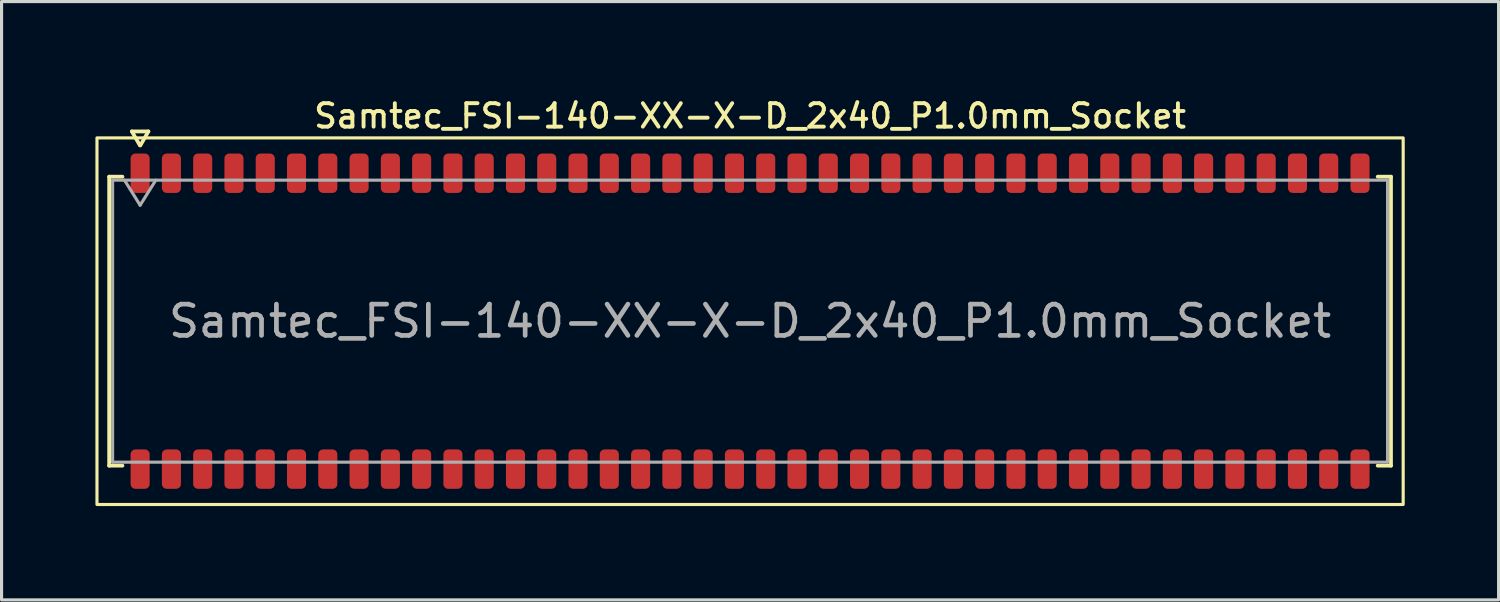
<source format=kicad_pcb>
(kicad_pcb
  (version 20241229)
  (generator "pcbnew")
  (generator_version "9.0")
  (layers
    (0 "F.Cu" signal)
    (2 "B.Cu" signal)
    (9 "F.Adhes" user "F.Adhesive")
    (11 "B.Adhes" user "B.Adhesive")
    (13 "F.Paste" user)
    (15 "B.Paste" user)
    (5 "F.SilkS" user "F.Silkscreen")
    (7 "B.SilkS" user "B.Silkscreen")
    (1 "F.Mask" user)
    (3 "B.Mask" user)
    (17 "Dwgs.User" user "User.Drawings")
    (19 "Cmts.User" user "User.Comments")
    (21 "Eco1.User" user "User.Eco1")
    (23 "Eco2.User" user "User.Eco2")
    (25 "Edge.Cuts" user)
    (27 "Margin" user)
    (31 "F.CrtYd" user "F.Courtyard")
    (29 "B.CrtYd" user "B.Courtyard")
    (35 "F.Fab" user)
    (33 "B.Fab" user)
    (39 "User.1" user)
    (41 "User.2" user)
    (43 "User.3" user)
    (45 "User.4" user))
  (footprint "Samtec_FSI-140-XX-X-D_2x40_P1.0mm_Socket"
    (layer "F.Cu")
    (at 20.93 7.218)
    (property "Reference" "Samtec_FSI-140-XX-X-D_2x40_P1.0mm_Socket" (at 0 -6.56 0) (layer "F.SilkS") (effects (font (size 0.75 0.75) (thickness 0.125))))
    (attr smd)
    (fp_line (start -20.49 -4.619) (end -20.065 -4.619) (stroke (width 0.12) (type solid)) (layer "F.SilkS"))
    (fp_line (start -20.49 4.619) (end -20.49 -4.619) (stroke (width 0.12) (type solid)) (layer "F.SilkS"))
    (fp_line (start -20.065 4.619) (end -20.49 4.619) (stroke (width 0.12) (type solid)) (layer "F.SilkS"))
    (fp_line (start -19.764 -6.066) (end -19.507 -5.62) (stroke (width 0.12) (type solid)) (layer "F.SilkS"))
    (fp_line (start -19.493 -5.62) (end -19.236 -6.066) (stroke (width 0.12) (type solid)) (layer "F.SilkS"))
    (fp_line (start -19.236 -6.066) (end -19.764 -6.066) (stroke (width 0.12) (type solid)) (layer "F.SilkS"))
    (fp_line (start 20.065 -4.619) (end 20.49 -4.619) (stroke (width 0.12) (type solid)) (layer "F.SilkS"))
    (fp_line (start 20.49 -4.619) (end 20.49 4.619) (stroke (width 0.12) (type solid)) (layer "F.SilkS"))
    (fp_line (start 20.49 4.619) (end 20.065 4.619) (stroke (width 0.12) (type solid)) (layer "F.SilkS"))
    (fp_rect (start -20.88 -5.86) (end 20.88 5.86) (stroke (width 0.1) (type solid)) (fill no) (layer "F.SilkS"))
    (fp_line (start -20.38 -4.508) (end 20.38 -4.508) (stroke (width 0.1) (type solid)) (layer "F.Fab"))
    (fp_line (start -20.38 4.508) (end -20.38 -4.508) (stroke (width 0.1) (type solid)) (layer "F.Fab"))
    (fp_line (start -20 -4.508) (end -19.5 -3.708) (stroke (width 0.1) (type solid)) (layer "F.Fab"))
    (fp_line (start -19.5 -3.708) (end -19 -4.508) (stroke (width 0.1) (type solid)) (layer "F.Fab"))
    (fp_line (start 20.38 -4.508) (end 20.38 4.508) (stroke (width 0.1) (type solid)) (layer "F.Fab"))
    (fp_line (start 20.38 4.508) (end -20.38 4.508) (stroke (width 0.1) (type solid)) (layer "F.Fab"))
    (fp_text user "${REFERENCE}" (at 0 0 0) (layer "F.Fab") (effects (font (size 1 1) (thickness 0.15))))
    (pad "1" smd roundrect (at -19.5 -4.73) (size 0.61 1.26) (layers "F.Cu" "F.Mask" "F.Paste") (roundrect_rratio 0.25))
    (pad "2" smd roundrect (at -19.5 4.73) (size 0.61 1.26) (layers "F.Cu" "F.Mask" "F.Paste") (roundrect_rratio 0.25))
    (pad "3" smd roundrect (at -18.5 -4.73) (size 0.61 1.26) (layers "F.Cu" "F.Mask" "F.Paste") (roundrect_rratio 0.25))
    (pad "4" smd roundrect (at -18.5 4.73) (size 0.61 1.26) (layers "F.Cu" "F.Mask" "F.Paste") (roundrect_rratio 0.25))
    (pad "5" smd roundrect (at -17.5 -4.73) (size 0.61 1.26) (layers "F.Cu" "F.Mask" "F.Paste") (roundrect_rratio 0.25))
    (pad "6" smd roundrect (at -17.5 4.73) (size 0.61 1.26) (layers "F.Cu" "F.Mask" "F.Paste") (roundrect_rratio 0.25))
    (pad "7" smd roundrect (at -16.5 -4.73) (size 0.61 1.26) (layers "F.Cu" "F.Mask" "F.Paste") (roundrect_rratio 0.25))
    (pad "8" smd roundrect (at -16.5 4.73) (size 0.61 1.26) (layers "F.Cu" "F.Mask" "F.Paste") (roundrect_rratio 0.25))
    (pad "9" smd roundrect (at -15.5 -4.73) (size 0.61 1.26) (layers "F.Cu" "F.Mask" "F.Paste") (roundrect_rratio 0.25))
    (pad "10" smd roundrect (at -15.5 4.73) (size 0.61 1.26) (layers "F.Cu" "F.Mask" "F.Paste") (roundrect_rratio 0.25))
    (pad "11" smd roundrect (at -14.5 -4.73) (size 0.61 1.26) (layers "F.Cu" "F.Mask" "F.Paste") (roundrect_rratio 0.25))
    (pad "12" smd roundrect (at -14.5 4.73) (size 0.61 1.26) (layers "F.Cu" "F.Mask" "F.Paste") (roundrect_rratio 0.25))
    (pad "13" smd roundrect (at -13.5 -4.73) (size 0.61 1.26) (layers "F.Cu" "F.Mask" "F.Paste") (roundrect_rratio 0.25))
    (pad "14" smd roundrect (at -13.5 4.73) (size 0.61 1.26) (layers "F.Cu" "F.Mask" "F.Paste") (roundrect_rratio 0.25))
    (pad "15" smd roundrect (at -12.5 -4.73) (size 0.61 1.26) (layers "F.Cu" "F.Mask" "F.Paste") (roundrect_rratio 0.25))
    (pad "16" smd roundrect (at -12.5 4.73) (size 0.61 1.26) (layers "F.Cu" "F.Mask" "F.Paste") (roundrect_rratio 0.25))
    (pad "17" smd roundrect (at -11.5 -4.73) (size 0.61 1.26) (layers "F.Cu" "F.Mask" "F.Paste") (roundrect_rratio 0.25))
    (pad "18" smd roundrect (at -11.5 4.73) (size 0.61 1.26) (layers "F.Cu" "F.Mask" "F.Paste") (roundrect_rratio 0.25))
    (pad "19" smd roundrect (at -10.5 -4.73) (size 0.61 1.26) (layers "F.Cu" "F.Mask" "F.Paste") (roundrect_rratio 0.25))
    (pad "20" smd roundrect (at -10.5 4.73) (size 0.61 1.26) (layers "F.Cu" "F.Mask" "F.Paste") (roundrect_rratio 0.25))
    (pad "21" smd roundrect (at -9.5 -4.73) (size 0.61 1.26) (layers "F.Cu" "F.Mask" "F.Paste") (roundrect_rratio 0.25))
    (pad "22" smd roundrect (at -9.5 4.73) (size 0.61 1.26) (layers "F.Cu" "F.Mask" "F.Paste") (roundrect_rratio 0.25))
    (pad "23" smd roundrect (at -8.5 -4.73) (size 0.61 1.26) (layers "F.Cu" "F.Mask" "F.Paste") (roundrect_rratio 0.25))
    (pad "24" smd roundrect (at -8.5 4.73) (size 0.61 1.26) (layers "F.Cu" "F.Mask" "F.Paste") (roundrect_rratio 0.25))
    (pad "25" smd roundrect (at -7.5 -4.73) (size 0.61 1.26) (layers "F.Cu" "F.Mask" "F.Paste") (roundrect_rratio 0.25))
    (pad "26" smd roundrect (at -7.5 4.73) (size 0.61 1.26) (layers "F.Cu" "F.Mask" "F.Paste") (roundrect_rratio 0.25))
    (pad "27" smd roundrect (at -6.5 -4.73) (size 0.61 1.26) (layers "F.Cu" "F.Mask" "F.Paste") (roundrect_rratio 0.25))
    (pad "28" smd roundrect (at -6.5 4.73) (size 0.61 1.26) (layers "F.Cu" "F.Mask" "F.Paste") (roundrect_rratio 0.25))
    (pad "29" smd roundrect (at -5.5 -4.73) (size 0.61 1.26) (layers "F.Cu" "F.Mask" "F.Paste") (roundrect_rratio 0.25))
    (pad "30" smd roundrect (at -5.5 4.73) (size 0.61 1.26) (layers "F.Cu" "F.Mask" "F.Paste") (roundrect_rratio 0.25))
    (pad "31" smd roundrect (at -4.5 -4.73) (size 0.61 1.26) (layers "F.Cu" "F.Mask" "F.Paste") (roundrect_rratio 0.25))
    (pad "32" smd roundrect (at -4.5 4.73) (size 0.61 1.26) (layers "F.Cu" "F.Mask" "F.Paste") (roundrect_rratio 0.25))
    (pad "33" smd roundrect (at -3.5 -4.73) (size 0.61 1.26) (layers "F.Cu" "F.Mask" "F.Paste") (roundrect_rratio 0.25))
    (pad "34" smd roundrect (at -3.5 4.73) (size 0.61 1.26) (layers "F.Cu" "F.Mask" "F.Paste") (roundrect_rratio 0.25))
    (pad "35" smd roundrect (at -2.5 -4.73) (size 0.61 1.26) (layers "F.Cu" "F.Mask" "F.Paste") (roundrect_rratio 0.25))
    (pad "36" smd roundrect (at -2.5 4.73) (size 0.61 1.26) (layers "F.Cu" "F.Mask" "F.Paste") (roundrect_rratio 0.25))
    (pad "37" smd roundrect (at -1.5 -4.73) (size 0.61 1.26) (layers "F.Cu" "F.Mask" "F.Paste") (roundrect_rratio 0.25))
    (pad "38" smd roundrect (at -1.5 4.73) (size 0.61 1.26) (layers "F.Cu" "F.Mask" "F.Paste") (roundrect_rratio 0.25))
    (pad "39" smd roundrect (at -0.5 -4.73) (size 0.61 1.26) (layers "F.Cu" "F.Mask" "F.Paste") (roundrect_rratio 0.25))
    (pad "40" smd roundrect (at -0.5 4.73) (size 0.61 1.26) (layers "F.Cu" "F.Mask" "F.Paste") (roundrect_rratio 0.25))
    (pad "41" smd roundrect (at 0.5 -4.73) (size 0.61 1.26) (layers "F.Cu" "F.Mask" "F.Paste") (roundrect_rratio 0.25))
    (pad "42" smd roundrect (at 0.5 4.73) (size 0.61 1.26) (layers "F.Cu" "F.Mask" "F.Paste") (roundrect_rratio 0.25))
    (pad "43" smd roundrect (at 1.5 -4.73) (size 0.61 1.26) (layers "F.Cu" "F.Mask" "F.Paste") (roundrect_rratio 0.25))
    (pad "44" smd roundrect (at 1.5 4.73) (size 0.61 1.26) (layers "F.Cu" "F.Mask" "F.Paste") (roundrect_rratio 0.25))
    (pad "45" smd roundrect (at 2.5 -4.73) (size 0.61 1.26) (layers "F.Cu" "F.Mask" "F.Paste") (roundrect_rratio 0.25))
    (pad "46" smd roundrect (at 2.5 4.73) (size 0.61 1.26) (layers "F.Cu" "F.Mask" "F.Paste") (roundrect_rratio 0.25))
    (pad "47" smd roundrect (at 3.5 -4.73) (size 0.61 1.26) (layers "F.Cu" "F.Mask" "F.Paste") (roundrect_rratio 0.25))
    (pad "48" smd roundrect (at 3.5 4.73) (size 0.61 1.26) (layers "F.Cu" "F.Mask" "F.Paste") (roundrect_rratio 0.25))
    (pad "49" smd roundrect (at 4.5 -4.73) (size 0.61 1.26) (layers "F.Cu" "F.Mask" "F.Paste") (roundrect_rratio 0.25))
    (pad "50" smd roundrect (at 4.5 4.73) (size 0.61 1.26) (layers "F.Cu" "F.Mask" "F.Paste") (roundrect_rratio 0.25))
    (pad "51" smd roundrect (at 5.5 -4.73) (size 0.61 1.26) (layers "F.Cu" "F.Mask" "F.Paste") (roundrect_rratio 0.25))
    (pad "52" smd roundrect (at 5.5 4.73) (size 0.61 1.26) (layers "F.Cu" "F.Mask" "F.Paste") (roundrect_rratio 0.25))
    (pad "53" smd roundrect (at 6.5 -4.73) (size 0.61 1.26) (layers "F.Cu" "F.Mask" "F.Paste") (roundrect_rratio 0.25))
    (pad "54" smd roundrect (at 6.5 4.73) (size 0.61 1.26) (layers "F.Cu" "F.Mask" "F.Paste") (roundrect_rratio 0.25))
    (pad "55" smd roundrect (at 7.5 -4.73) (size 0.61 1.26) (layers "F.Cu" "F.Mask" "F.Paste") (roundrect_rratio 0.25))
    (pad "56" smd roundrect (at 7.5 4.73) (size 0.61 1.26) (layers "F.Cu" "F.Mask" "F.Paste") (roundrect_rratio 0.25))
    (pad "57" smd roundrect (at 8.5 -4.73) (size 0.61 1.26) (layers "F.Cu" "F.Mask" "F.Paste") (roundrect_rratio 0.25))
    (pad "58" smd roundrect (at 8.5 4.73) (size 0.61 1.26) (layers "F.Cu" "F.Mask" "F.Paste") (roundrect_rratio 0.25))
    (pad "59" smd roundrect (at 9.5 -4.73) (size 0.61 1.26) (layers "F.Cu" "F.Mask" "F.Paste") (roundrect_rratio 0.25))
    (pad "60" smd roundrect (at 9.5 4.73) (size 0.61 1.26) (layers "F.Cu" "F.Mask" "F.Paste") (roundrect_rratio 0.25))
    (pad "61" smd roundrect (at 10.5 -4.73) (size 0.61 1.26) (layers "F.Cu" "F.Mask" "F.Paste") (roundrect_rratio 0.25))
    (pad "62" smd roundrect (at 10.5 4.73) (size 0.61 1.26) (layers "F.Cu" "F.Mask" "F.Paste") (roundrect_rratio 0.25))
    (pad "63" smd roundrect (at 11.5 -4.73) (size 0.61 1.26) (layers "F.Cu" "F.Mask" "F.Paste") (roundrect_rratio 0.25))
    (pad "64" smd roundrect (at 11.5 4.73) (size 0.61 1.26) (layers "F.Cu" "F.Mask" "F.Paste") (roundrect_rratio 0.25))
    (pad "65" smd roundrect (at 12.5 -4.73) (size 0.61 1.26) (layers "F.Cu" "F.Mask" "F.Paste") (roundrect_rratio 0.25))
    (pad "66" smd roundrect (at 12.5 4.73) (size 0.61 1.26) (layers "F.Cu" "F.Mask" "F.Paste") (roundrect_rratio 0.25))
    (pad "67" smd roundrect (at 13.5 -4.73) (size 0.61 1.26) (layers "F.Cu" "F.Mask" "F.Paste") (roundrect_rratio 0.25))
    (pad "68" smd roundrect (at 13.5 4.73) (size 0.61 1.26) (layers "F.Cu" "F.Mask" "F.Paste") (roundrect_rratio 0.25))
    (pad "69" smd roundrect (at 14.5 -4.73) (size 0.61 1.26) (layers "F.Cu" "F.Mask" "F.Paste") (roundrect_rratio 0.25))
    (pad "70" smd roundrect (at 14.5 4.73) (size 0.61 1.26) (layers "F.Cu" "F.Mask" "F.Paste") (roundrect_rratio 0.25))
    (pad "71" smd roundrect (at 15.5 -4.73) (size 0.61 1.26) (layers "F.Cu" "F.Mask" "F.Paste") (roundrect_rratio 0.25))
    (pad "72" smd roundrect (at 15.5 4.73) (size 0.61 1.26) (layers "F.Cu" "F.Mask" "F.Paste") (roundrect_rratio 0.25))
    (pad "73" smd roundrect (at 16.5 -4.73) (size 0.61 1.26) (layers "F.Cu" "F.Mask" "F.Paste") (roundrect_rratio 0.25))
    (pad "74" smd roundrect (at 16.5 4.73) (size 0.61 1.26) (layers "F.Cu" "F.Mask" "F.Paste") (roundrect_rratio 0.25))
    (pad "75" smd roundrect (at 17.5 -4.73) (size 0.61 1.26) (layers "F.Cu" "F.Mask" "F.Paste") (roundrect_rratio 0.25))
    (pad "76" smd roundrect (at 17.5 4.73) (size 0.61 1.26) (layers "F.Cu" "F.Mask" "F.Paste") (roundrect_rratio 0.25))
    (pad "77" smd roundrect (at 18.5 -4.73) (size 0.61 1.26) (layers "F.Cu" "F.Mask" "F.Paste") (roundrect_rratio 0.25))
    (pad "78" smd roundrect (at 18.5 4.73) (size 0.61 1.26) (layers "F.Cu" "F.Mask" "F.Paste") (roundrect_rratio 0.25))
    (pad "79" smd roundrect (at 19.5 -4.73) (size 0.61 1.26) (layers "F.Cu" "F.Mask" "F.Paste") (roundrect_rratio 0.25))
    (pad "80" smd roundrect (at 19.5 4.73) (size 0.61 1.26) (layers "F.Cu" "F.Mask" "F.Paste") (roundrect_rratio 0.25)))
  (gr_rect
    (start -3 -3)
    (end 44.86 16.128)
    (stroke (width 0.1) (type default))
    (fill no)
    (layer "Edge.Cuts")))
</source>
